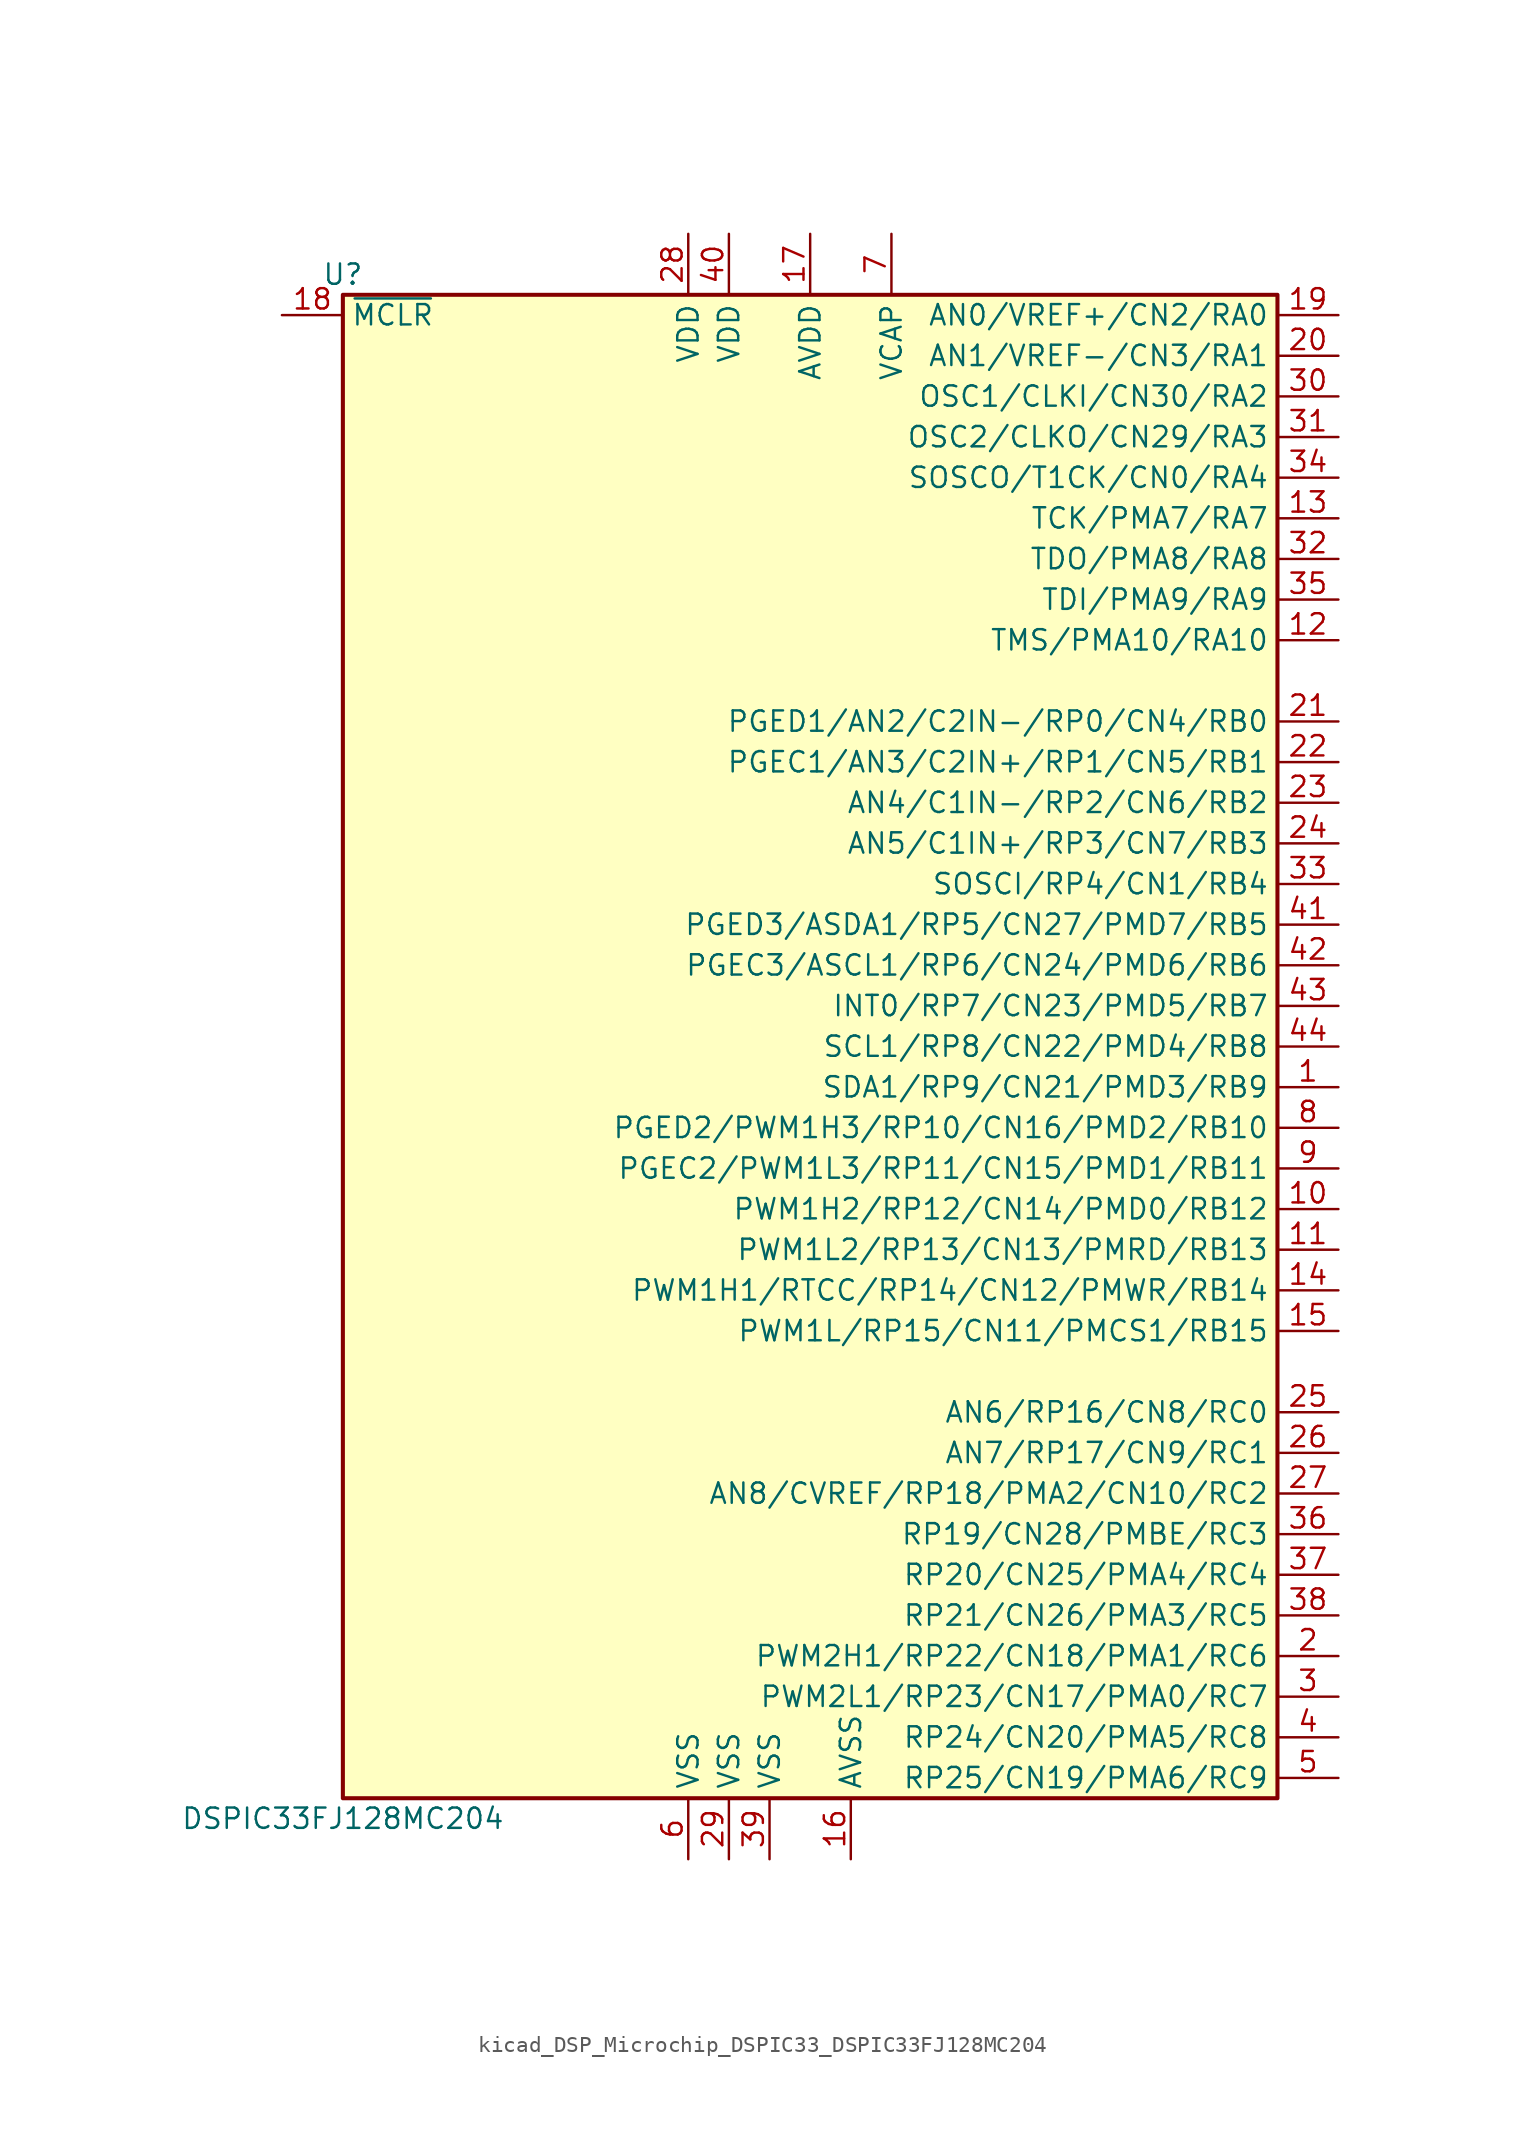
<source format=kicad_sym>
(kicad_symbol_lib
  (version 20220914)
  (generator kicad_symbol_editor)
  (symbol "kicad_DSP_Microchip_DSPIC33_DSPIC33FJ128MC204"
    (property "Reference" "U"
      (at -29.21 48.26 0)
      (effects (font (size 1.27 1.27))))
    (property "Value" "DSPIC33FJ128MC204"
      (at -29.21 -48.26 0)
      (effects (font (size 1.27 1.27))))
    (symbol "kicad_DSP_Microchip_DSPIC33_DSPIC33FJ128MC204_1_1"
      (rectangle (start -29.21 46.99) (end 29.21 -46.99) (stroke (width 0.254) (type default)) (fill (type background)))
      (pin bidirectional line (at 33.02 -2.54 180) (length 3.81) (name "SDA1/RP9/CN21/PMD3/RB9" (effects (font (size 1.27 1.27)))) (number "1" (effects (font (size 1.27 1.27)))))
      (pin bidirectional line (at 33.02 -10.16 180) (length 3.81) (name "PWM1H2/RP12/CN14/PMD0/RB12" (effects (font (size 1.27 1.27)))) (number "10" (effects (font (size 1.27 1.27)))))
      (pin bidirectional line (at 33.02 -12.7 180) (length 3.81) (name "PWM1L2/RP13/CN13/PMRD/RB13" (effects (font (size 1.27 1.27)))) (number "11" (effects (font (size 1.27 1.27)))))
      (pin bidirectional line (at 33.02 25.4 180) (length 3.81) (name "TMS/PMA10/RA10" (effects (font (size 1.27 1.27)))) (number "12" (effects (font (size 1.27 1.27)))))
      (pin bidirectional line (at 33.02 33.02 180) (length 3.81) (name "TCK/PMA7/RA7" (effects (font (size 1.27 1.27)))) (number "13" (effects (font (size 1.27 1.27)))))
      (pin bidirectional line (at 33.02 -15.24 180) (length 3.81) (name "PWM1H1/RTCC/RP14/CN12/PMWR/RB14" (effects (font (size 1.27 1.27)))) (number "14" (effects (font (size 1.27 1.27)))))
      (pin bidirectional line (at 33.02 -17.78 180) (length 3.81) (name "PWM1L/RP15/CN11/PMCS1/RB15" (effects (font (size 1.27 1.27)))) (number "15" (effects (font (size 1.27 1.27)))))
      (pin power_in line (at 2.54 -50.8 90) (length 3.81) (name "AVSS" (effects (font (size 1.27 1.27)))) (number "16" (effects (font (size 1.27 1.27)))))
      (pin power_in line (at 0 50.8 270) (length 3.81) (name "AVDD" (effects (font (size 1.27 1.27)))) (number "17" (effects (font (size 1.27 1.27)))))
      (pin input line (at -33.02 45.72 0) (length 3.81) (name "~{MCLR}" (effects (font (size 1.27 1.27)))) (number "18" (effects (font (size 1.27 1.27)))))
      (pin bidirectional line (at 33.02 45.72 180) (length 3.81) (name "AN0/VREF+/CN2/RA0" (effects (font (size 1.27 1.27)))) (number "19" (effects (font (size 1.27 1.27)))))
      (pin bidirectional line (at 33.02 -38.1 180) (length 3.81) (name "PWM2H1/RP22/CN18/PMA1/RC6" (effects (font (size 1.27 1.27)))) (number "2" (effects (font (size 1.27 1.27)))))
      (pin bidirectional line (at 33.02 43.18 180) (length 3.81) (name "AN1/VREF-/CN3/RA1" (effects (font (size 1.27 1.27)))) (number "20" (effects (font (size 1.27 1.27)))))
      (pin bidirectional line (at 33.02 20.32 180) (length 3.81) (name "PGED1/AN2/C2IN-/RP0/CN4/RB0" (effects (font (size 1.27 1.27)))) (number "21" (effects (font (size 1.27 1.27)))))
      (pin bidirectional line (at 33.02 17.78 180) (length 3.81) (name "PGEC1/AN3/C2IN+/RP1/CN5/RB1" (effects (font (size 1.27 1.27)))) (number "22" (effects (font (size 1.27 1.27)))))
      (pin bidirectional line (at 33.02 15.24 180) (length 3.81) (name "AN4/C1IN-/RP2/CN6/RB2" (effects (font (size 1.27 1.27)))) (number "23" (effects (font (size 1.27 1.27)))))
      (pin bidirectional line (at 33.02 12.7 180) (length 3.81) (name "AN5/C1IN+/RP3/CN7/RB3" (effects (font (size 1.27 1.27)))) (number "24" (effects (font (size 1.27 1.27)))))
      (pin bidirectional line (at 33.02 -22.86 180) (length 3.81) (name "AN6/RP16/CN8/RC0" (effects (font (size 1.27 1.27)))) (number "25" (effects (font (size 1.27 1.27)))))
      (pin bidirectional line (at 33.02 -25.4 180) (length 3.81) (name "AN7/RP17/CN9/RC1" (effects (font (size 1.27 1.27)))) (number "26" (effects (font (size 1.27 1.27)))))
      (pin bidirectional line (at 33.02 -27.94 180) (length 3.81) (name "AN8/CVREF/RP18/PMA2/CN10/RC2" (effects (font (size 1.27 1.27)))) (number "27" (effects (font (size 1.27 1.27)))))
      (pin power_in line (at -7.62 50.8 270) (length 3.81) (name "VDD" (effects (font (size 1.27 1.27)))) (number "28" (effects (font (size 1.27 1.27)))))
      (pin power_in line (at -5.08 -50.8 90) (length 3.81) (name "VSS" (effects (font (size 1.27 1.27)))) (number "29" (effects (font (size 1.27 1.27)))))
      (pin bidirectional line (at 33.02 -40.64 180) (length 3.81) (name "PWM2L1/RP23/CN17/PMA0/RC7" (effects (font (size 1.27 1.27)))) (number "3" (effects (font (size 1.27 1.27)))))
      (pin input line (at 33.02 40.64 180) (length 3.81) (name "OSC1/CLKI/CN30/RA2" (effects (font (size 1.27 1.27)))) (number "30" (effects (font (size 1.27 1.27)))))
      (pin input line (at 33.02 38.1 180) (length 3.81) (name "OSC2/CLKO/CN29/RA3" (effects (font (size 1.27 1.27)))) (number "31" (effects (font (size 1.27 1.27)))))
      (pin input line (at 33.02 30.48 180) (length 3.81) (name "TDO/PMA8/RA8" (effects (font (size 1.27 1.27)))) (number "32" (effects (font (size 1.27 1.27)))))
      (pin input line (at 33.02 10.16 180) (length 3.81) (name "SOSCI/RP4/CN1/RB4" (effects (font (size 1.27 1.27)))) (number "33" (effects (font (size 1.27 1.27)))))
      (pin input line (at 33.02 35.56 180) (length 3.81) (name "SOSCO/T1CK/CN0/RA4" (effects (font (size 1.27 1.27)))) (number "34" (effects (font (size 1.27 1.27)))))
      (pin input line (at 33.02 27.94 180) (length 3.81) (name "TDI/PMA9/RA9" (effects (font (size 1.27 1.27)))) (number "35" (effects (font (size 1.27 1.27)))))
      (pin input line (at 33.02 -30.48 180) (length 3.81) (name "RP19/CN28/PMBE/RC3" (effects (font (size 1.27 1.27)))) (number "36" (effects (font (size 1.27 1.27)))))
      (pin input line (at 33.02 -33.02 180) (length 3.81) (name "RP20/CN25/PMA4/RC4" (effects (font (size 1.27 1.27)))) (number "37" (effects (font (size 1.27 1.27)))))
      (pin input line (at 33.02 -35.56 180) (length 3.81) (name "RP21/CN26/PMA3/RC5" (effects (font (size 1.27 1.27)))) (number "38" (effects (font (size 1.27 1.27)))))
      (pin power_in line (at -2.54 -50.8 90) (length 3.81) (name "VSS" (effects (font (size 1.27 1.27)))) (number "39" (effects (font (size 1.27 1.27)))))
      (pin bidirectional line (at 33.02 -43.18 180) (length 3.81) (name "RP24/CN20/PMA5/RC8" (effects (font (size 1.27 1.27)))) (number "4" (effects (font (size 1.27 1.27)))))
      (pin power_in line (at -5.08 50.8 270) (length 3.81) (name "VDD" (effects (font (size 1.27 1.27)))) (number "40" (effects (font (size 1.27 1.27)))))
      (pin input line (at 33.02 7.62 180) (length 3.81) (name "PGED3/ASDA1/RP5/CN27/PMD7/RB5" (effects (font (size 1.27 1.27)))) (number "41" (effects (font (size 1.27 1.27)))))
      (pin input line (at 33.02 5.08 180) (length 3.81) (name "PGEC3/ASCL1/RP6/CN24/PMD6/RB6" (effects (font (size 1.27 1.27)))) (number "42" (effects (font (size 1.27 1.27)))))
      (pin input line (at 33.02 2.54 180) (length 3.81) (name "INT0/RP7/CN23/PMD5/RB7" (effects (font (size 1.27 1.27)))) (number "43" (effects (font (size 1.27 1.27)))))
      (pin input line (at 33.02 0 180) (length 3.81) (name "SCL1/RP8/CN22/PMD4/RB8" (effects (font (size 1.27 1.27)))) (number "44" (effects (font (size 1.27 1.27)))))
      (pin bidirectional line (at 33.02 -45.72 180) (length 3.81) (name "RP25/CN19/PMA6/RC9" (effects (font (size 1.27 1.27)))) (number "5" (effects (font (size 1.27 1.27)))))
      (pin power_in line (at -7.62 -50.8 90) (length 3.81) (name "VSS" (effects (font (size 1.27 1.27)))) (number "6" (effects (font (size 1.27 1.27)))))
      (pin power_in line (at 5.08 50.8 270) (length 3.81) (name "VCAP" (effects (font (size 1.27 1.27)))) (number "7" (effects (font (size 1.27 1.27)))))
      (pin bidirectional line (at 33.02 -5.08 180) (length 3.81) (name "PGED2/PWM1H3/RP10/CN16/PMD2/RB10" (effects (font (size 1.27 1.27)))) (number "8" (effects (font (size 1.27 1.27)))))
      (pin bidirectional line (at 33.02 -7.62 180) (length 3.81) (name "PGEC2/PWM1L3/RP11/CN15/PMD1/RB11" (effects (font (size 1.27 1.27)))) (number "9" (effects (font (size 1.27 1.27))))))))
</source>
